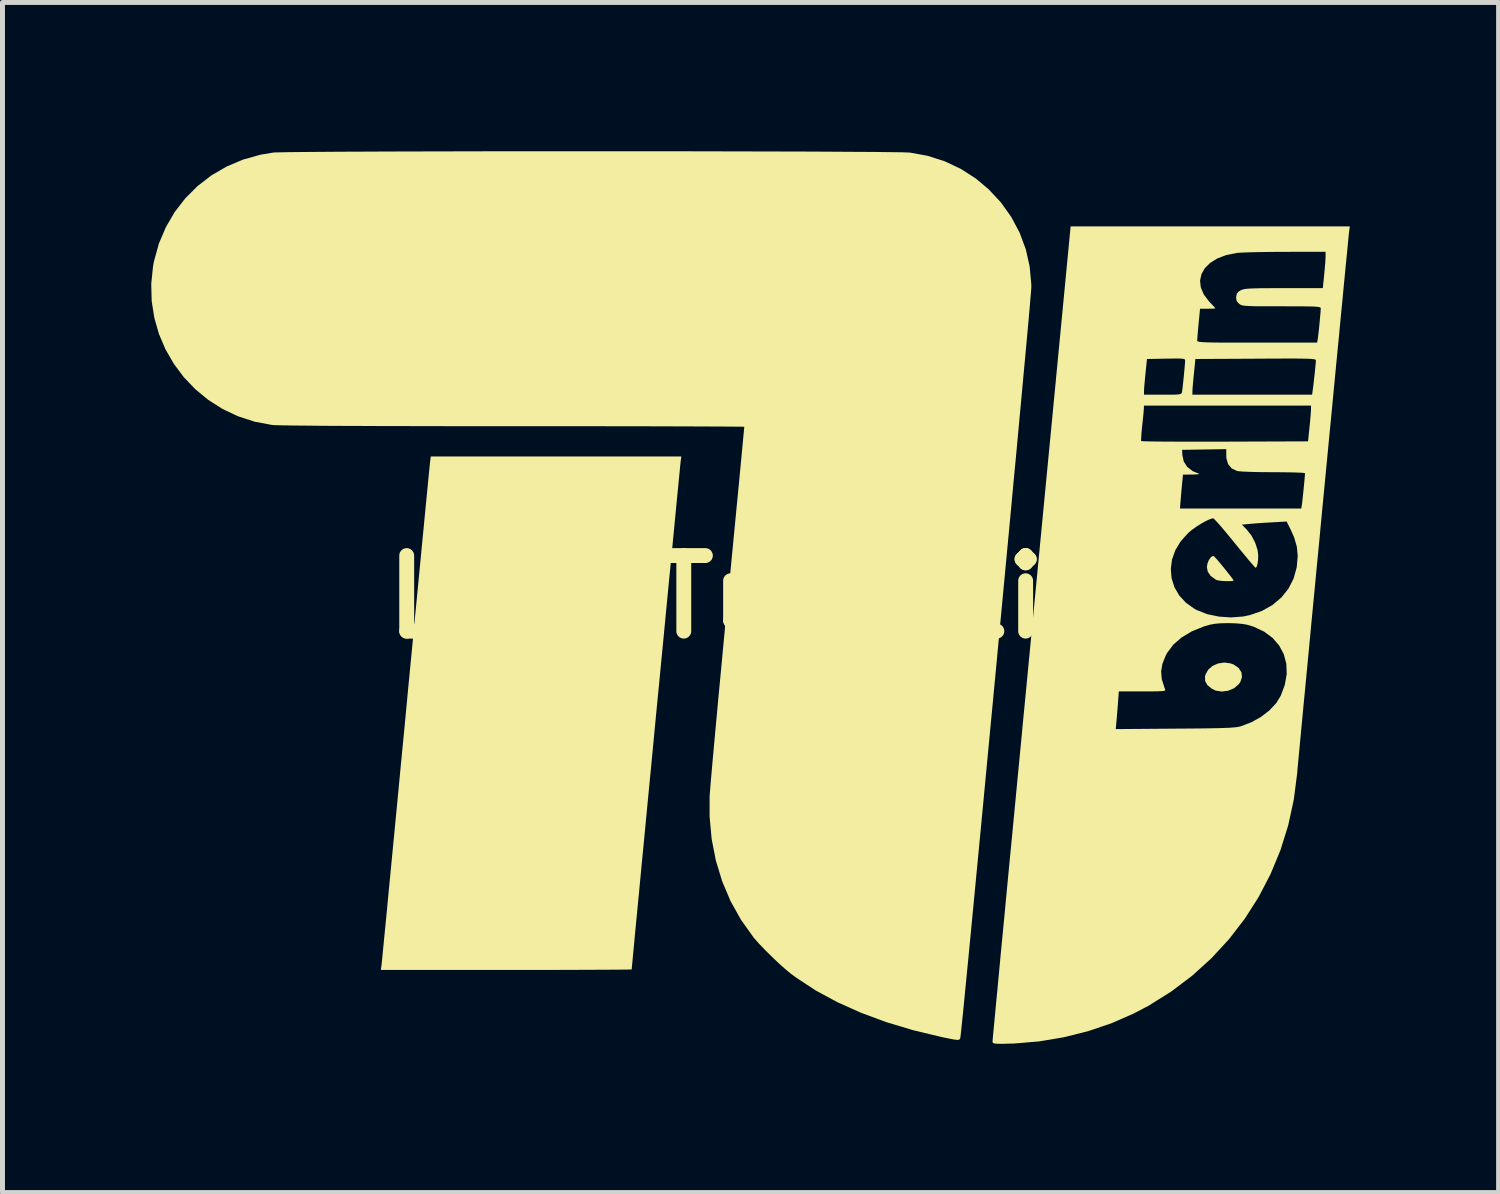
<source format=kicad_pcb>
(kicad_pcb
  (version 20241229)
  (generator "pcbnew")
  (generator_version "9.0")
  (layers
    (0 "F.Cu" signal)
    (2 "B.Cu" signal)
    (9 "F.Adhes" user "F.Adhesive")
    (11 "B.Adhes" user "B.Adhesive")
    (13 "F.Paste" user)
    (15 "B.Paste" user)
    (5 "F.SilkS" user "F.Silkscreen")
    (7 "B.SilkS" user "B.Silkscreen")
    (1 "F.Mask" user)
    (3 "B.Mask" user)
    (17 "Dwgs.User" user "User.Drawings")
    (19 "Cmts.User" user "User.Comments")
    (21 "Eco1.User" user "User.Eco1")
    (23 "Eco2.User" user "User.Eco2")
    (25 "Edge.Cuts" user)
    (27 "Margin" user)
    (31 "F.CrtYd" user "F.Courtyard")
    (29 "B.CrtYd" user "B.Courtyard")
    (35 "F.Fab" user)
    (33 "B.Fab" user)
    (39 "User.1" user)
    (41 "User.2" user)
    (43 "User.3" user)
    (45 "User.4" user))
  (footprint "LogoTuBerlin"
    (layer "F.Cu")
    (at 12.083 8.989)
    (property "Reference" "LogoTuBerlin" (at 0 0 0) (layer "F.SilkS") (effects (font (size 1.524 1.524) (thickness 0.3))))
    (attr board_only exclude_from_pos_files exclude_from_bom)
    (fp_poly (pts (xy 9.681 1.339) (xy 9.751 1.365) (xy 9.848 1.433) (xy 9.903 1.519) (xy 9.915 1.615) (xy 9.882 1.714) (xy 9.85 1.76) (xy 9.753 1.842) (xy 9.633 1.892) (xy 9.505 1.908) (xy 9.382 1.888) (xy 9.303 1.849) (xy 9.215 1.775) (xy 9.172 1.697) (xy 9.169 1.608) (xy 9.179 1.565) (xy 9.233 1.467) (xy 9.32 1.391) (xy 9.431 1.342) (xy 9.555 1.323)) (stroke (width 0) (type solid)) (fill yes) (layer "F.SilkS"))
    (fp_poly (pts (xy 9.348 -0.822) (xy 9.373 -0.797) (xy 9.42 -0.745) (xy 9.481 -0.672) (xy 9.549 -0.59) (xy 9.616 -0.506) (xy 9.676 -0.43) (xy 9.721 -0.371) (xy 9.743 -0.337) (xy 9.745 -0.333) (xy 9.723 -0.323) (xy 9.667 -0.318) (xy 9.592 -0.319) (xy 9.512 -0.323) (xy 9.441 -0.332) (xy 9.394 -0.344) (xy 9.391 -0.346) (xy 9.285 -0.422) (xy 9.225 -0.509) (xy 9.207 -0.602) (xy 9.219 -0.675) (xy 9.247 -0.745) (xy 9.285 -0.799) (xy 9.324 -0.826)) (stroke (width 0) (type solid)) (fill yes) (layer "F.SilkS"))
    (fp_poly (pts (xy -1.405 -2.741) (xy -1.408 -2.711) (xy -1.416 -2.636) (xy -1.427 -2.517) (xy -1.443 -2.358) (xy -1.462 -2.162) (xy -1.485 -1.931) (xy -1.51 -1.668) (xy -1.538 -1.376) (xy -1.569 -1.057) (xy -1.602 -0.715) (xy -1.638 -0.352) (xy -1.675 0.03) (xy -1.713 0.427) (xy -1.752 0.837) (xy -1.793 1.256) (xy -1.834 1.683) (xy -1.876 2.114) (xy -1.918 2.547) (xy -1.959 2.979) (xy -2 3.408) (xy -2.041 3.829) (xy -2.081 4.242) (xy -2.119 4.642) (xy -2.156 5.028) (xy -2.192 5.396) (xy -2.225 5.744) (xy -2.256 6.068) (xy -2.285 6.368) (xy -2.311 6.638) (xy -2.334 6.877) (xy -2.353 7.083) (xy -2.369 7.251) (xy -2.381 7.38) (xy -2.39 7.467) (xy -2.393 7.508) (xy -2.393 7.512) (xy -2.417 7.513) (xy -2.487 7.515) (xy -2.599 7.516) (xy -2.75 7.517) (xy -2.937 7.518) (xy -3.157 7.519) (xy -3.407 7.52) (xy -3.682 7.521) (xy -3.981 7.522) (xy -4.3 7.522) (xy -4.636 7.522) (xy -4.923 7.522) (xy -7.452 7.522) (xy -7.438 7.419) (xy -7.434 7.384) (xy -7.426 7.304) (xy -7.414 7.179) (xy -7.398 7.013) (xy -7.378 6.808) (xy -7.354 6.566) (xy -7.327 6.289) (xy -7.298 5.98) (xy -7.265 5.641) (xy -7.23 5.274) (xy -7.192 4.882) (xy -7.152 4.468) (xy -7.11 4.032) (xy -7.067 3.579) (xy -7.022 3.11) (xy -6.975 2.627) (xy -6.948 2.345) (xy -6.902 1.855) (xy -6.856 1.378) (xy -6.811 0.915) (xy -6.769 0.469) (xy -6.728 0.042) (xy -6.689 -0.363) (xy -6.652 -0.744) (xy -6.618 -1.099) (xy -6.586 -1.426) (xy -6.558 -1.721) (xy -6.532 -1.984) (xy -6.51 -2.211) (xy -6.492 -2.4) (xy -6.477 -2.548) (xy -6.466 -2.654) (xy -6.46 -2.715) (xy -6.459 -2.729) (xy -6.445 -2.833) (xy -1.392 -2.833)) (stroke (width 0) (type solid)) (fill yes) (layer "F.SilkS"))
    (fp_poly (pts (xy -2.796 -8.989) (xy -2.307 -8.989) (xy -1.823 -8.988) (xy -1.346 -8.988) (xy -0.88 -8.987) (xy -0.425 -8.986) (xy 0.015 -8.985) (xy 0.437 -8.984) (xy 0.84 -8.983) (xy 1.22 -8.982) (xy 1.575 -8.98) (xy 1.902 -8.978) (xy 2.199 -8.976) (xy 2.464 -8.975) (xy 2.693 -8.972) (xy 2.884 -8.97) (xy 3.035 -8.968) (xy 3.144 -8.965) (xy 3.206 -8.962) (xy 3.216 -8.962) (xy 3.573 -8.897) (xy 3.918 -8.787) (xy 4.244 -8.633) (xy 4.549 -8.437) (xy 4.806 -8.221) (xy 5.055 -7.954) (xy 5.264 -7.66) (xy 5.431 -7.345) (xy 5.555 -7.011) (xy 5.633 -6.663) (xy 5.666 -6.303) (xy 5.666 -6.243) (xy 5.664 -6.205) (xy 5.657 -6.12) (xy 5.646 -5.991) (xy 5.632 -5.821) (xy 5.613 -5.611) (xy 5.591 -5.365) (xy 5.565 -5.083) (xy 5.536 -4.769) (xy 5.504 -4.425) (xy 5.47 -4.053) (xy 5.433 -3.655) (xy 5.394 -3.234) (xy 5.353 -2.792) (xy 5.309 -2.331) (xy 5.265 -1.854) (xy 5.219 -1.362) (xy 5.171 -0.859) (xy 5.123 -0.346) (xy 5.074 0.174) (xy 5.024 0.699) (xy 4.975 1.227) (xy 4.925 1.755) (xy 4.875 2.281) (xy 4.825 2.804) (xy 4.776 3.319) (xy 4.728 3.826) (xy 4.681 4.322) (xy 4.635 4.805) (xy 4.59 5.272) (xy 4.547 5.721) (xy 4.506 6.149) (xy 4.467 6.556) (xy 4.43 6.937) (xy 4.396 7.291) (xy 4.364 7.616) (xy 4.335 7.91) (xy 4.31 8.169) (xy 4.288 8.392) (xy 4.269 8.576) (xy 4.254 8.72) (xy 4.243 8.82) (xy 4.237 8.875) (xy 4.236 8.884) (xy 4.228 8.91) (xy 4.215 8.926) (xy 4.187 8.933) (xy 4.138 8.93) (xy 4.06 8.917) (xy 3.947 8.894) (xy 3.859 8.876) (xy 3.284 8.738) (xy 2.741 8.575) (xy 2.231 8.386) (xy 1.758 8.174) (xy 1.324 7.94) (xy 0.932 7.683) (xy 0.818 7.599) (xy 0.707 7.508) (xy 0.575 7.39) (xy 0.436 7.258) (xy 0.299 7.122) (xy 0.175 6.993) (xy 0.076 6.881) (xy 0.06 6.86) (xy -0.189 6.511) (xy -0.399 6.135) (xy -0.568 5.736) (xy -0.696 5.316) (xy -0.781 4.88) (xy -0.822 4.431) (xy -0.822 4.03) (xy -0.818 3.967) (xy -0.809 3.858) (xy -0.797 3.707) (xy -0.78 3.517) (xy -0.76 3.29) (xy -0.736 3.029) (xy -0.71 2.738) (xy -0.68 2.42) (xy -0.649 2.077) (xy -0.614 1.713) (xy -0.578 1.331) (xy -0.541 0.933) (xy -0.502 0.523) (xy -0.465 0.14) (xy -0.425 -0.272) (xy -0.387 -0.671) (xy -0.35 -1.053) (xy -0.315 -1.417) (xy -0.282 -1.76) (xy -0.251 -2.078) (xy -0.223 -2.37) (xy -0.198 -2.632) (xy -0.176 -2.862) (xy -0.158 -3.056) (xy -0.143 -3.213) (xy -0.132 -3.33) (xy -0.125 -3.404) (xy -0.122 -3.431) (xy -0.122 -3.432) (xy -0.146 -3.433) (xy -0.217 -3.434) (xy -0.331 -3.435) (xy -0.488 -3.436) (xy -0.683 -3.437) (xy -0.916 -3.438) (xy -1.184 -3.439) (xy -1.483 -3.44) (xy -1.813 -3.441) (xy -2.17 -3.442) (xy -2.552 -3.442) (xy -2.957 -3.443) (xy -3.383 -3.443) (xy -3.826 -3.443) (xy -4.286 -3.444) (xy -4.758 -3.444) (xy -4.781 -3.444) (xy -5.426 -3.444) (xy -6.026 -3.444) (xy -6.581 -3.445) (xy -7.092 -3.446) (xy -7.558 -3.447) (xy -7.978 -3.449) (xy -8.352 -3.45) (xy -8.68 -3.452) (xy -8.961 -3.455) (xy -9.195 -3.457) (xy -9.382 -3.46) (xy -9.521 -3.463) (xy -9.611 -3.466) (xy -9.648 -3.469) (xy -10 -3.535) (xy -10.333 -3.644) (xy -10.645 -3.791) (xy -10.933 -3.974) (xy -11.194 -4.189) (xy -11.427 -4.433) (xy -11.628 -4.703) (xy -11.796 -4.994) (xy -11.928 -5.305) (xy -12.021 -5.63) (xy -12.074 -5.968) (xy -12.083 -6.315) (xy -12.047 -6.666) (xy -12.027 -6.771) (xy -11.929 -7.126) (xy -11.788 -7.457) (xy -11.61 -7.763) (xy -11.395 -8.041) (xy -11.147 -8.288) (xy -10.869 -8.502) (xy -10.563 -8.68) (xy -10.233 -8.82) (xy -9.88 -8.919) (xy -9.623 -8.962) (xy -9.577 -8.965) (xy -9.483 -8.967) (xy -9.347 -8.97) (xy -9.169 -8.972) (xy -8.952 -8.974) (xy -8.699 -8.976) (xy -8.413 -8.978) (xy -8.095 -8.98) (xy -7.75 -8.981) (xy -7.378 -8.983) (xy -6.983 -8.984) (xy -6.567 -8.985) (xy -6.133 -8.986) (xy -5.683 -8.987) (xy -5.22 -8.988) (xy -4.746 -8.988) (xy -4.264 -8.989) (xy -3.777 -8.989) (xy -3.286 -8.989)) (stroke (width 0) (type solid)) (fill yes) (layer "F.SilkS"))
    (fp_poly (pts (xy 12.077 -7.382) (xy 12.073 -7.35) (xy 12.065 -7.272) (xy 12.053 -7.15) (xy 12.038 -6.988) (xy 12.018 -6.789) (xy 11.995 -6.554) (xy 11.969 -6.286) (xy 11.941 -5.989) (xy 11.909 -5.664) (xy 11.876 -5.315) (xy 11.84 -4.945) (xy 11.802 -4.555) (xy 11.763 -4.148) (xy 11.723 -3.728) (xy 11.681 -3.297) (xy 11.639 -2.858) (xy 11.596 -2.413) (xy 11.553 -1.964) (xy 11.51 -1.516) (xy 11.468 -1.07) (xy 11.425 -0.629) (xy 11.384 -0.195) (xy 11.343 0.228) (xy 11.304 0.637) (xy 11.267 1.031) (xy 11.231 1.407) (xy 11.197 1.762) (xy 11.165 2.092) (xy 11.136 2.396) (xy 11.11 2.671) (xy 11.087 2.914) (xy 11.068 3.123) (xy 11.051 3.294) (xy 11.039 3.425) (xy 11.031 3.514) (xy 11.028 3.554) (xy 10.96 4.087) (xy 10.847 4.606) (xy 10.69 5.108) (xy 10.49 5.591) (xy 10.25 6.053) (xy 9.97 6.491) (xy 9.653 6.902) (xy 9.299 7.286) (xy 8.911 7.638) (xy 8.49 7.956) (xy 8.038 8.24) (xy 7.73 8.402) (xy 7.284 8.597) (xy 6.812 8.757) (xy 6.321 8.88) (xy 5.821 8.964) (xy 5.32 9.006) (xy 5.086 9.012) (xy 4.986 9.011) (xy 4.925 9.006) (xy 4.894 8.995) (xy 4.884 8.976) (xy 4.883 8.969) (xy 4.886 8.942) (xy 4.892 8.868) (xy 4.903 8.749) (xy 4.919 8.586) (xy 4.938 8.382) (xy 4.961 8.139) (xy 4.988 7.857) (xy 5.018 7.539) (xy 5.051 7.187) (xy 5.088 6.803) (xy 5.128 6.387) (xy 5.17 5.943) (xy 5.215 5.471) (xy 5.263 4.974) (xy 5.313 4.454) (xy 5.365 3.911) (xy 5.419 3.349) (xy 5.475 2.768) (xy 5.484 2.665) (xy 7.369 2.665) (xy 8.563 2.656) (xy 8.843 2.654) (xy 9.078 2.652) (xy 9.273 2.649) (xy 9.433 2.646) (xy 9.561 2.642) (xy 9.663 2.638) (xy 9.742 2.632) (xy 9.803 2.626) (xy 9.851 2.618) (xy 9.89 2.609) (xy 9.895 2.607) (xy 10.105 2.527) (xy 10.3 2.418) (xy 10.469 2.287) (xy 10.606 2.14) (xy 10.695 1.996) (xy 10.779 1.772) (xy 10.817 1.554) (xy 10.809 1.347) (xy 10.758 1.155) (xy 10.665 0.98) (xy 10.533 0.827) (xy 10.362 0.7) (xy 10.155 0.602) (xy 10.013 0.559) (xy 9.923 0.544) (xy 9.8 0.533) (xy 9.663 0.528) (xy 9.61 0.528) (xy 9.47 0.532) (xy 9.36 0.542) (xy 9.261 0.561) (xy 9.156 0.592) (xy 9.146 0.595) (xy 8.904 0.693) (xy 8.697 0.817) (xy 8.53 0.962) (xy 8.405 1.129) (xy 8.376 1.184) (xy 8.31 1.348) (xy 8.284 1.501) (xy 8.297 1.657) (xy 8.35 1.827) (xy 8.364 1.862) (xy 8.368 1.877) (xy 8.359 1.888) (xy 8.333 1.896) (xy 8.283 1.9) (xy 8.203 1.903) (xy 8.087 1.905) (xy 7.929 1.905) (xy 7.907 1.905) (xy 7.431 1.905) (xy 7.415 2.119) (xy 7.406 2.243) (xy 7.395 2.375) (xy 7.385 2.487) (xy 7.384 2.499) (xy 7.369 2.665) (xy 5.484 2.665) (xy 5.532 2.17) (xy 5.591 1.558) (xy 5.651 0.933) (xy 5.671 0.727) (xy 5.795 -0.565) (xy 8.479 -0.565) (xy 8.495 -0.377) (xy 8.552 -0.197) (xy 8.648 -0.031) (xy 8.784 0.117) (xy 8.958 0.24) (xy 9.005 0.265) (xy 9.214 0.347) (xy 9.447 0.396) (xy 9.692 0.413) (xy 9.934 0.395) (xy 10.074 0.366) (xy 10.317 0.282) (xy 10.529 0.163) (xy 10.708 0.012) (xy 10.852 -0.167) (xy 10.956 -0.372) (xy 11.019 -0.598) (xy 11.039 -0.828) (xy 11.021 -1.014) (xy 10.966 -1.204) (xy 10.894 -1.365) (xy 10.815 -1.521) (xy 10.518 -1.504) (xy 10.384 -1.497) (xy 10.251 -1.488) (xy 10.136 -1.479) (xy 10.067 -1.473) (xy 9.913 -1.458) (xy 10.011 -1.358) (xy 10.108 -1.235) (xy 10.183 -1.09) (xy 10.23 -0.942) (xy 10.242 -0.846) (xy 10.239 -0.748) (xy 10.228 -0.664) (xy 10.21 -0.607) (xy 10.19 -0.587) (xy 10.171 -0.605) (xy 10.125 -0.657) (xy 10.057 -0.736) (xy 9.971 -0.839) (xy 9.872 -0.96) (xy 9.769 -1.086) (xy 9.66 -1.22) (xy 9.56 -1.34) (xy 9.473 -1.442) (xy 9.403 -1.52) (xy 9.356 -1.57) (xy 9.335 -1.586) (xy 9.28 -1.574) (xy 9.198 -1.537) (xy 9.099 -1.483) (xy 8.996 -1.418) (xy 8.899 -1.348) (xy 8.832 -1.292) (xy 8.68 -1.124) (xy 8.571 -0.944) (xy 8.504 -0.756) (xy 8.479 -0.565) (xy 5.795 -0.565) (xy 5.912 -1.783) (xy 8.664 -1.783) (xy 11.11 -1.783) (xy 11.123 -1.862) (xy 11.13 -1.912) (xy 11.139 -1.995) (xy 11.15 -2.099) (xy 11.161 -2.211) (xy 11.172 -2.32) (xy 11.18 -2.413) (xy 11.185 -2.476) (xy 11.186 -2.495) (xy 11.162 -2.501) (xy 11.097 -2.506) (xy 10.995 -2.51) (xy 10.863 -2.513) (xy 10.708 -2.515) (xy 10.545 -2.516) (xy 10.36 -2.517) (xy 10.191 -2.519) (xy 10.044 -2.524) (xy 9.927 -2.529) (xy 9.846 -2.536) (xy 9.814 -2.541) (xy 9.707 -2.592) (xy 9.636 -2.677) (xy 9.601 -2.793) (xy 9.598 -2.848) (xy 9.598 -2.981) (xy 8.707 -2.967) (xy 8.712 -2.863) (xy 8.74 -2.732) (xy 8.811 -2.622) (xy 8.921 -2.537) (xy 9.033 -2.491) (xy 9.052 -2.48) (xy 9.03 -2.474) (xy 8.963 -2.47) (xy 8.911 -2.469) (xy 8.725 -2.467) (xy 8.711 -2.326) (xy 8.702 -2.231) (xy 8.691 -2.111) (xy 8.681 -1.992) (xy 8.68 -1.984) (xy 8.664 -1.783) (xy 5.912 -1.783) (xy 6.046 -3.175) (xy 7.88 -3.175) (xy 7.881 -3.144) (xy 7.881 -3.144) (xy 7.907 -3.141) (xy 7.977 -3.139) (xy 8.089 -3.136) (xy 8.237 -3.134) (xy 8.418 -3.133) (xy 8.628 -3.132) (xy 8.863 -3.131) (xy 9.119 -3.131) (xy 9.392 -3.132) (xy 9.569 -3.132) (xy 11.247 -3.138) (xy 11.275 -3.407) (xy 11.287 -3.527) (xy 11.297 -3.638) (xy 11.304 -3.727) (xy 11.306 -3.767) (xy 11.308 -3.859) (xy 7.938 -3.859) (xy 7.936 -3.804) (xy 7.933 -3.759) (xy 7.926 -3.677) (xy 7.915 -3.57) (xy 7.903 -3.456) (xy 7.891 -3.341) (xy 7.884 -3.244) (xy 7.88 -3.175) (xy 6.046 -3.175) (xy 6.133 -4.079) (xy 7.938 -4.079) (xy 8.316 -4.079) (xy 8.914 -4.079) (xy 11.329 -4.079) (xy 11.343 -4.182) (xy 11.355 -4.271) (xy 11.367 -4.379) (xy 11.38 -4.494) (xy 11.391 -4.604) (xy 11.4 -4.695) (xy 11.405 -4.756) (xy 11.405 -4.769) (xy 11.403 -4.779) (xy 11.394 -4.787) (xy 11.373 -4.793) (xy 11.338 -4.798) (xy 11.283 -4.802) (xy 11.206 -4.805) (xy 11.101 -4.807) (xy 10.966 -4.808) (xy 10.796 -4.808) (xy 10.586 -4.807) (xy 10.334 -4.806) (xy 10.191 -4.805) (xy 8.975 -4.799) (xy 8.947 -4.518) (xy 8.935 -4.398) (xy 8.925 -4.288) (xy 8.918 -4.202) (xy 8.916 -4.158) (xy 8.914 -4.079) (xy 8.316 -4.079) (xy 8.459 -4.079) (xy 8.561 -4.08) (xy 8.629 -4.084) (xy 8.67 -4.091) (xy 8.691 -4.102) (xy 8.701 -4.118) (xy 8.705 -4.134) (xy 8.712 -4.181) (xy 8.722 -4.264) (xy 8.733 -4.369) (xy 8.745 -4.484) (xy 8.755 -4.595) (xy 8.763 -4.69) (xy 8.768 -4.754) (xy 8.768 -4.769) (xy 8.765 -4.786) (xy 8.75 -4.797) (xy 8.716 -4.804) (xy 8.657 -4.808) (xy 8.565 -4.808) (xy 8.434 -4.807) (xy 8.383 -4.806) (xy 7.999 -4.799) (xy 7.97 -4.518) (xy 7.958 -4.398) (xy 7.948 -4.288) (xy 7.941 -4.202) (xy 7.939 -4.158) (xy 7.938 -4.079) (xy 6.133 -4.079) (xy 6.238 -5.172) (xy 9.012 -5.172) (xy 9.012 -5.172) (xy 9.014 -5.162) (xy 9.024 -5.154) (xy 9.045 -5.147) (xy 9.082 -5.142) (xy 9.138 -5.138) (xy 9.217 -5.134) (xy 9.323 -5.132) (xy 9.461 -5.13) (xy 9.634 -5.13) (xy 9.846 -5.129) (xy 10.101 -5.129) (xy 10.221 -5.129) (xy 11.429 -5.129) (xy 11.44 -5.184) (xy 11.447 -5.231) (xy 11.457 -5.314) (xy 11.469 -5.419) (xy 11.48 -5.534) (xy 11.49 -5.645) (xy 11.499 -5.739) (xy 11.503 -5.804) (xy 11.503 -5.819) (xy 11.501 -5.831) (xy 11.489 -5.84) (xy 11.464 -5.847) (xy 11.42 -5.853) (xy 11.353 -5.857) (xy 11.257 -5.859) (xy 11.128 -5.861) (xy 10.96 -5.861) (xy 10.75 -5.862) (xy 10.713 -5.862) (xy 10.495 -5.862) (xy 10.321 -5.862) (xy 10.185 -5.863) (xy 10.082 -5.866) (xy 10.006 -5.87) (xy 9.952 -5.875) (xy 9.914 -5.882) (xy 9.888 -5.892) (xy 9.868 -5.905) (xy 9.857 -5.913) (xy 9.811 -5.961) (xy 9.797 -6.018) (xy 9.798 -6.054) (xy 9.812 -6.119) (xy 9.849 -6.161) (xy 9.891 -6.185) (xy 9.92 -6.197) (xy 9.955 -6.207) (xy 10.003 -6.214) (xy 10.069 -6.219) (xy 10.159 -6.223) (xy 10.277 -6.226) (xy 10.431 -6.227) (xy 10.624 -6.228) (xy 10.761 -6.228) (xy 11.545 -6.228) (xy 11.573 -6.504) (xy 11.584 -6.625) (xy 11.594 -6.737) (xy 11.599 -6.826) (xy 11.601 -6.87) (xy 11.601 -6.961) (xy 10.789 -6.96) (xy 10.585 -6.959) (xy 10.39 -6.957) (xy 10.21 -6.954) (xy 10.052 -6.95) (xy 9.924 -6.945) (xy 9.834 -6.94) (xy 9.804 -6.937) (xy 9.594 -6.894) (xy 9.416 -6.826) (xy 9.273 -6.737) (xy 9.166 -6.631) (xy 9.098 -6.511) (xy 9.069 -6.38) (xy 9.084 -6.243) (xy 9.143 -6.103) (xy 9.248 -5.963) (xy 9.257 -5.953) (xy 9.317 -5.891) (xy 9.36 -5.844) (xy 9.378 -5.821) (xy 9.378 -5.82) (xy 9.356 -5.816) (xy 9.298 -5.814) (xy 9.224 -5.813) (xy 9.069 -5.813) (xy 9.04 -5.514) (xy 9.029 -5.394) (xy 9.02 -5.29) (xy 9.014 -5.212) (xy 9.012 -5.172) (xy 6.238 -5.172) (xy 6.459 -7.473) (xy 12.09 -7.473)) (stroke (width 0) (type solid)) (fill yes) (layer "F.SilkS")))
  (gr_rect
    (start -3 -3)
    (end 27.173 21.001)
    (stroke (width 0.1) (type default))
    (fill no)
    (layer "Edge.Cuts")))
</source>
